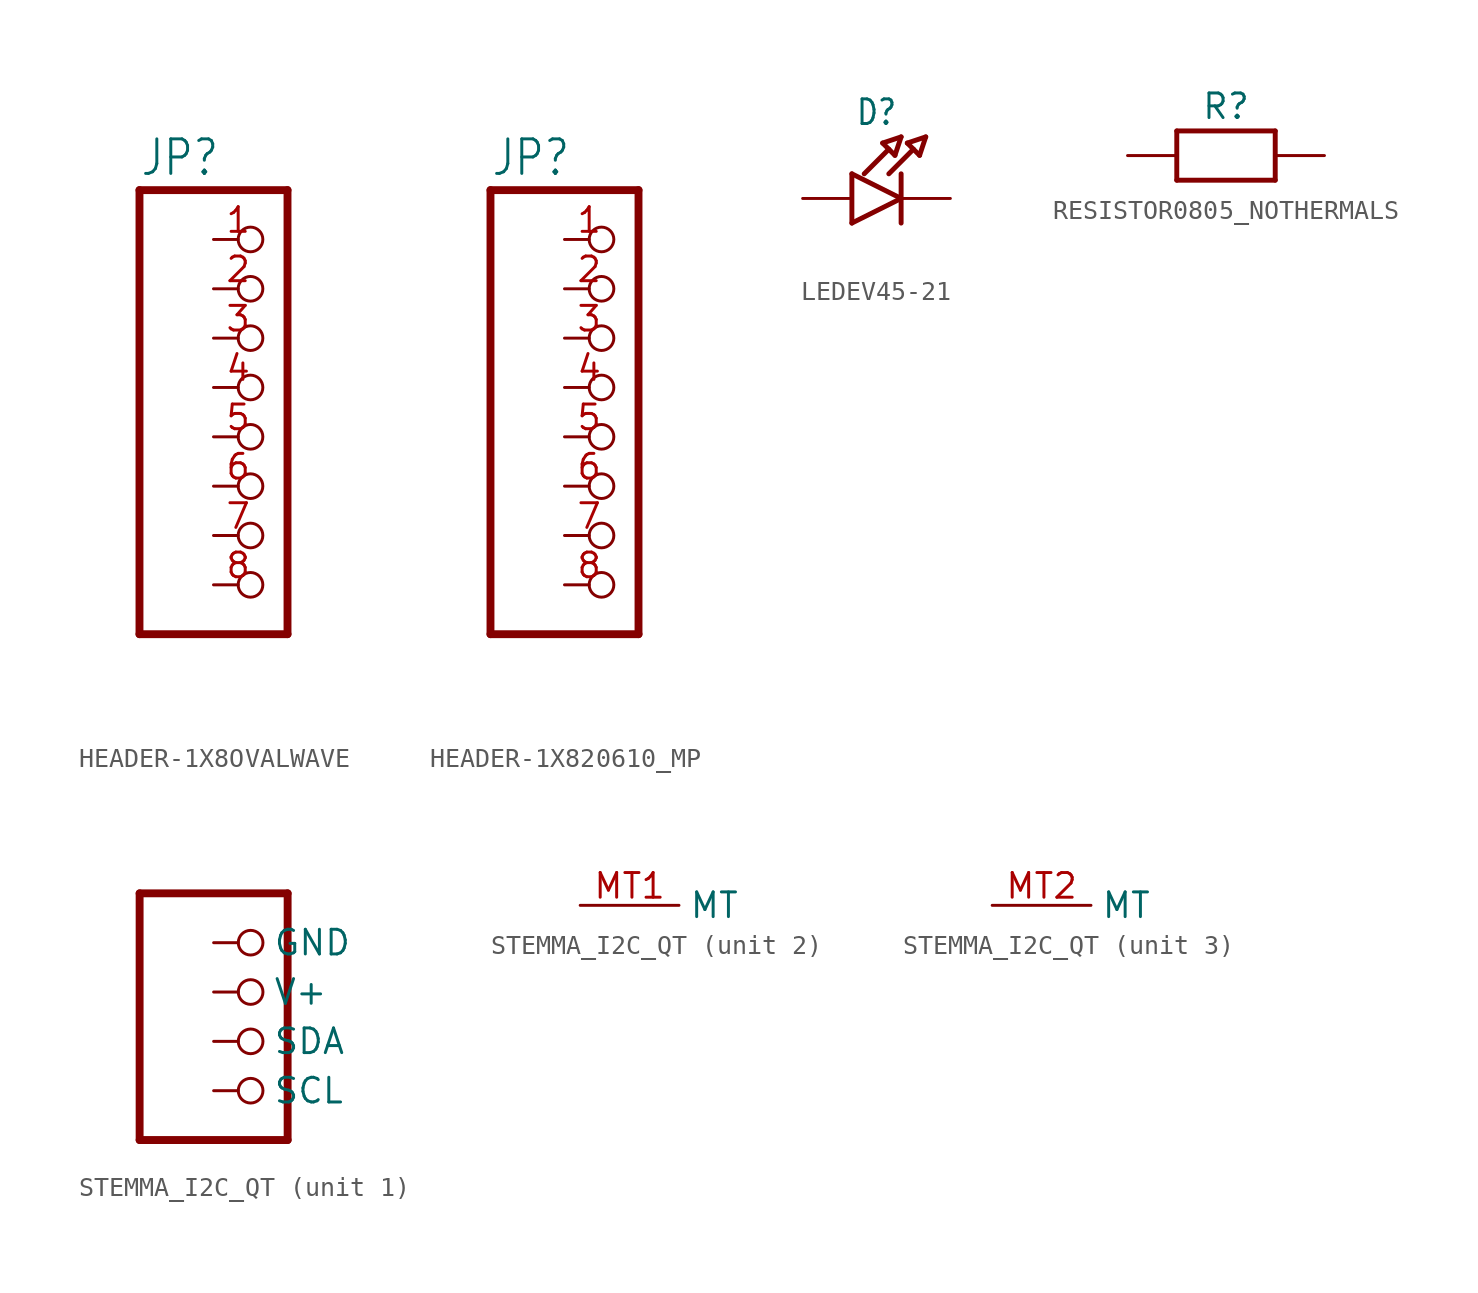
<source format=kicad_sym>
(kicad_symbol_lib
  (version 20220914)
  (generator kicad_symbol_editor)
  (symbol "HEADER-1X8OVALWAVE"
    (property "Reference" "JP"
      (at -6.35 13.335 0)
      (effects (font (size 1.778 1.511)) (justify left bottom)))
    (property "Value" ""
      (at -6.35 -12.7 0)
      (effects (font (size 1.778 1.511)) (justify left bottom)))
    (property "ki_locked" ""
      (at 0 0 0)
      (effects (font (size 1.27 1.27))))
    (symbol "HEADER-1X8OVALWAVE_1_0"
      (polyline (pts (xy -6.35 -10.16) (xy 1.27 -10.16)) (stroke (width 0.406) (type solid)) (fill (type none)))
      (polyline (pts (xy -6.35 12.7) (xy -6.35 -10.16)) (stroke (width 0.406) (type solid)) (fill (type none)))
      (polyline (pts (xy 1.27 -10.16) (xy 1.27 12.7)) (stroke (width 0.406) (type solid)) (fill (type none)))
      (polyline (pts (xy 1.27 12.7) (xy -6.35 12.7)) (stroke (width 0.406) (type solid)) (fill (type none)))
      (pin passive inverted (at -2.54 10.16 0) (length 2.54) (name "1" (effects (font (size 0 0)))) (number "1" (effects (font (size 1.27 1.27)))))
      (pin passive inverted (at -2.54 7.62 0) (length 2.54) (name "2" (effects (font (size 0 0)))) (number "2" (effects (font (size 1.27 1.27)))))
      (pin passive inverted (at -2.54 5.08 0) (length 2.54) (name "3" (effects (font (size 0 0)))) (number "3" (effects (font (size 1.27 1.27)))))
      (pin passive inverted (at -2.54 2.54 0) (length 2.54) (name "4" (effects (font (size 0 0)))) (number "4" (effects (font (size 1.27 1.27)))))
      (pin passive inverted (at -2.54 0 0) (length 2.54) (name "5" (effects (font (size 0 0)))) (number "5" (effects (font (size 1.27 1.27)))))
      (pin passive inverted (at -2.54 -2.54 0) (length 2.54) (name "6" (effects (font (size 0 0)))) (number "6" (effects (font (size 1.27 1.27)))))
      (pin passive inverted (at -2.54 -5.08 0) (length 2.54) (name "7" (effects (font (size 0 0)))) (number "7" (effects (font (size 1.27 1.27)))))
      (pin passive inverted (at -2.54 -7.62 0) (length 2.54) (name "8" (effects (font (size 0 0)))) (number "8" (effects (font (size 1.27 1.27)))))))
  (symbol "HEADER-1X820610_MP"
    (property "Reference" "JP"
      (at -6.35 13.335 0)
      (effects (font (size 1.778 1.511)) (justify left bottom)))
    (property "Value" ""
      (at -6.35 -12.7 0)
      (effects (font (size 1.778 1.511)) (justify left bottom)))
    (property "ki_locked" ""
      (at 0 0 0)
      (effects (font (size 1.27 1.27))))
    (symbol "HEADER-1X820610_MP_1_0"
      (polyline (pts (xy -6.35 -10.16) (xy 1.27 -10.16)) (stroke (width 0.406) (type solid)) (fill (type none)))
      (polyline (pts (xy -6.35 12.7) (xy -6.35 -10.16)) (stroke (width 0.406) (type solid)) (fill (type none)))
      (polyline (pts (xy 1.27 -10.16) (xy 1.27 12.7)) (stroke (width 0.406) (type solid)) (fill (type none)))
      (polyline (pts (xy 1.27 12.7) (xy -6.35 12.7)) (stroke (width 0.406) (type solid)) (fill (type none)))
      (pin passive inverted (at -2.54 10.16 0) (length 2.54) (name "1" (effects (font (size 0 0)))) (number "1" (effects (font (size 1.27 1.27)))))
      (pin passive inverted (at -2.54 7.62 0) (length 2.54) (name "2" (effects (font (size 0 0)))) (number "2" (effects (font (size 1.27 1.27)))))
      (pin passive inverted (at -2.54 5.08 0) (length 2.54) (name "3" (effects (font (size 0 0)))) (number "3" (effects (font (size 1.27 1.27)))))
      (pin passive inverted (at -2.54 2.54 0) (length 2.54) (name "4" (effects (font (size 0 0)))) (number "4" (effects (font (size 1.27 1.27)))))
      (pin passive inverted (at -2.54 0 0) (length 2.54) (name "5" (effects (font (size 0 0)))) (number "5" (effects (font (size 1.27 1.27)))))
      (pin passive inverted (at -2.54 -2.54 0) (length 2.54) (name "6" (effects (font (size 0 0)))) (number "6" (effects (font (size 1.27 1.27)))))
      (pin passive inverted (at -2.54 -5.08 0) (length 2.54) (name "7" (effects (font (size 0 0)))) (number "7" (effects (font (size 1.27 1.27)))))
      (pin passive inverted (at -2.54 -7.62 0) (length 2.54) (name "8" (effects (font (size 0 0)))) (number "8" (effects (font (size 1.27 1.27)))))))
  (symbol "LEDEV45-21"
    (property "Reference" "D"
      (at -1.27 4.445 0)
      (effects (font (size 1.27 1.079))))
    (property "Value" ""
      (at -1.27 -2.794 0)
      (effects (font (size 1.27 1.079))))
    (property "ki_locked" ""
      (at 0 0 0)
      (effects (font (size 1.27 1.27))))
    (symbol "LEDEV45-21_1_0"
      (polyline (pts (xy -2.54 -1.27) (xy 0 0)) (stroke (width 0.254) (type solid)) (fill (type none)))
      (polyline (pts (xy -2.54 1.27) (xy -2.54 -1.27)) (stroke (width 0.254) (type solid)) (fill (type none)))
      (polyline (pts (xy -1.905 1.27) (xy -0.635 2.54)) (stroke (width 0.254) (type solid)) (fill (type none)))
      (polyline (pts (xy -0.953 2.857) (xy -0.318 2.223)) (stroke (width 0.254) (type solid)) (fill (type none)))
      (polyline (pts (xy -0.635 1.27) (xy 0.635 2.54)) (stroke (width 0.254) (type solid)) (fill (type none)))
      (polyline (pts (xy -0.318 2.223) (xy 0 3.175)) (stroke (width 0.254) (type solid)) (fill (type none)))
      (polyline (pts (xy 0 0) (xy -2.54 1.27)) (stroke (width 0.254) (type solid)) (fill (type none)))
      (polyline (pts (xy 0 0) (xy 0 -1.27)) (stroke (width 0.254) (type solid)) (fill (type none)))
      (polyline (pts (xy 0 1.27) (xy 0 0)) (stroke (width 0.254) (type solid)) (fill (type none)))
      (polyline (pts (xy 0 3.175) (xy -0.953 2.857)) (stroke (width 0.254) (type solid)) (fill (type none)))
      (polyline (pts (xy 0.318 2.857) (xy 0.953 2.223)) (stroke (width 0.254) (type solid)) (fill (type none)))
      (polyline (pts (xy 0.953 2.223) (xy 1.27 3.175)) (stroke (width 0.254) (type solid)) (fill (type none)))
      (polyline (pts (xy 1.27 3.175) (xy 0.318 2.857)) (stroke (width 0.254) (type solid)) (fill (type none)))
      (pin passive line (at -5.08 0 0) (length 2.54) (name "A" (effects (font (size 0 0)))) (number "A" (effects (font (size 0 0)))))
      (pin passive line (at 2.54 0 180) (length 2.54) (name "C" (effects (font (size 0 0)))) (number "K" (effects (font (size 0 0)))))))
  (symbol "RESISTOR0805_NOTHERMALS"
    (property "Reference" "R"
      (at 0 2.54 0)
      (effects (font (size 1.27 1.27))))
    (property "Value" ""
      (at 0 0 0)
      (effects (font (size 1.016 1.016) bold)))
    (property "ki_locked" ""
      (at 0 0 0)
      (effects (font (size 1.27 1.27))))
    (symbol "RESISTOR0805_NOTHERMALS_1_0"
      (polyline (pts (xy -2.54 -1.27) (xy -2.54 1.27)) (stroke (width 0.254) (type solid)) (fill (type none)))
      (polyline (pts (xy -2.54 1.27) (xy 2.54 1.27)) (stroke (width 0.254) (type solid)) (fill (type none)))
      (polyline (pts (xy 2.54 -1.27) (xy -2.54 -1.27)) (stroke (width 0.254) (type solid)) (fill (type none)))
      (polyline (pts (xy 2.54 1.27) (xy 2.54 -1.27)) (stroke (width 0.254) (type solid)) (fill (type none)))
      (pin passive line (at -5.08 0 0) (length 2.54) (name "1" (effects (font (size 0 0)))) (number "1" (effects (font (size 0 0)))))
      (pin passive line (at 5.08 0 180) (length 2.54) (name "2" (effects (font (size 0 0)))) (number "2" (effects (font (size 0 0)))))))
  (symbol "STEMMA_I2C_QT"
    (property "Reference" "CONN"
      (at -3.81 8.255 0)
      (effects (font (size 1.778 1.511)) (justify left bottom) hide))
    (property "ki_locked" ""
      (at 0 0 0)
      (effects (font (size 1.27 1.27))))
    (symbol "STEMMA_I2C_QT_1_0"
      (polyline (pts (xy -3.81 -5.08) (xy 3.81 -5.08)) (stroke (width 0.406) (type solid)) (fill (type none)))
      (polyline (pts (xy -3.81 7.62) (xy -3.81 -5.08)) (stroke (width 0.406) (type solid)) (fill (type none)))
      (polyline (pts (xy 3.81 -5.08) (xy 3.81 7.62)) (stroke (width 0.406) (type solid)) (fill (type none)))
      (polyline (pts (xy 3.81 7.62) (xy -3.81 7.62)) (stroke (width 0.406) (type solid)) (fill (type none)))
      (pin passive inverted (at 0 5.08 0) (length 2.54) (name "GND" (effects (font (size 1.27 1.27)))) (number "1" (effects (font (size 0 0)))))
      (pin passive inverted (at 0 2.54 0) (length 2.54) (name "V+" (effects (font (size 1.27 1.27)))) (number "2" (effects (font (size 0 0)))))
      (pin passive inverted (at 0 0 0) (length 2.54) (name "SDA" (effects (font (size 1.27 1.27)))) (number "3" (effects (font (size 0 0)))))
      (pin passive inverted (at 0 -2.54 0) (length 2.54) (name "SCL" (effects (font (size 1.27 1.27)))) (number "4" (effects (font (size 0 0))))))
    (symbol "STEMMA_I2C_QT_2_0"
      (pin bidirectional line (at 0 0 0) (length 5.08) (name "MT" (effects (font (size 1.27 1.27)))) (number "MT1" (effects (font (size 1.27 1.27))))))
    (symbol "STEMMA_I2C_QT_3_0"
      (pin bidirectional line (at 0 0 0) (length 5.08) (name "MT" (effects (font (size 1.27 1.27)))) (number "MT2" (effects (font (size 1.27 1.27))))))))
</source>
